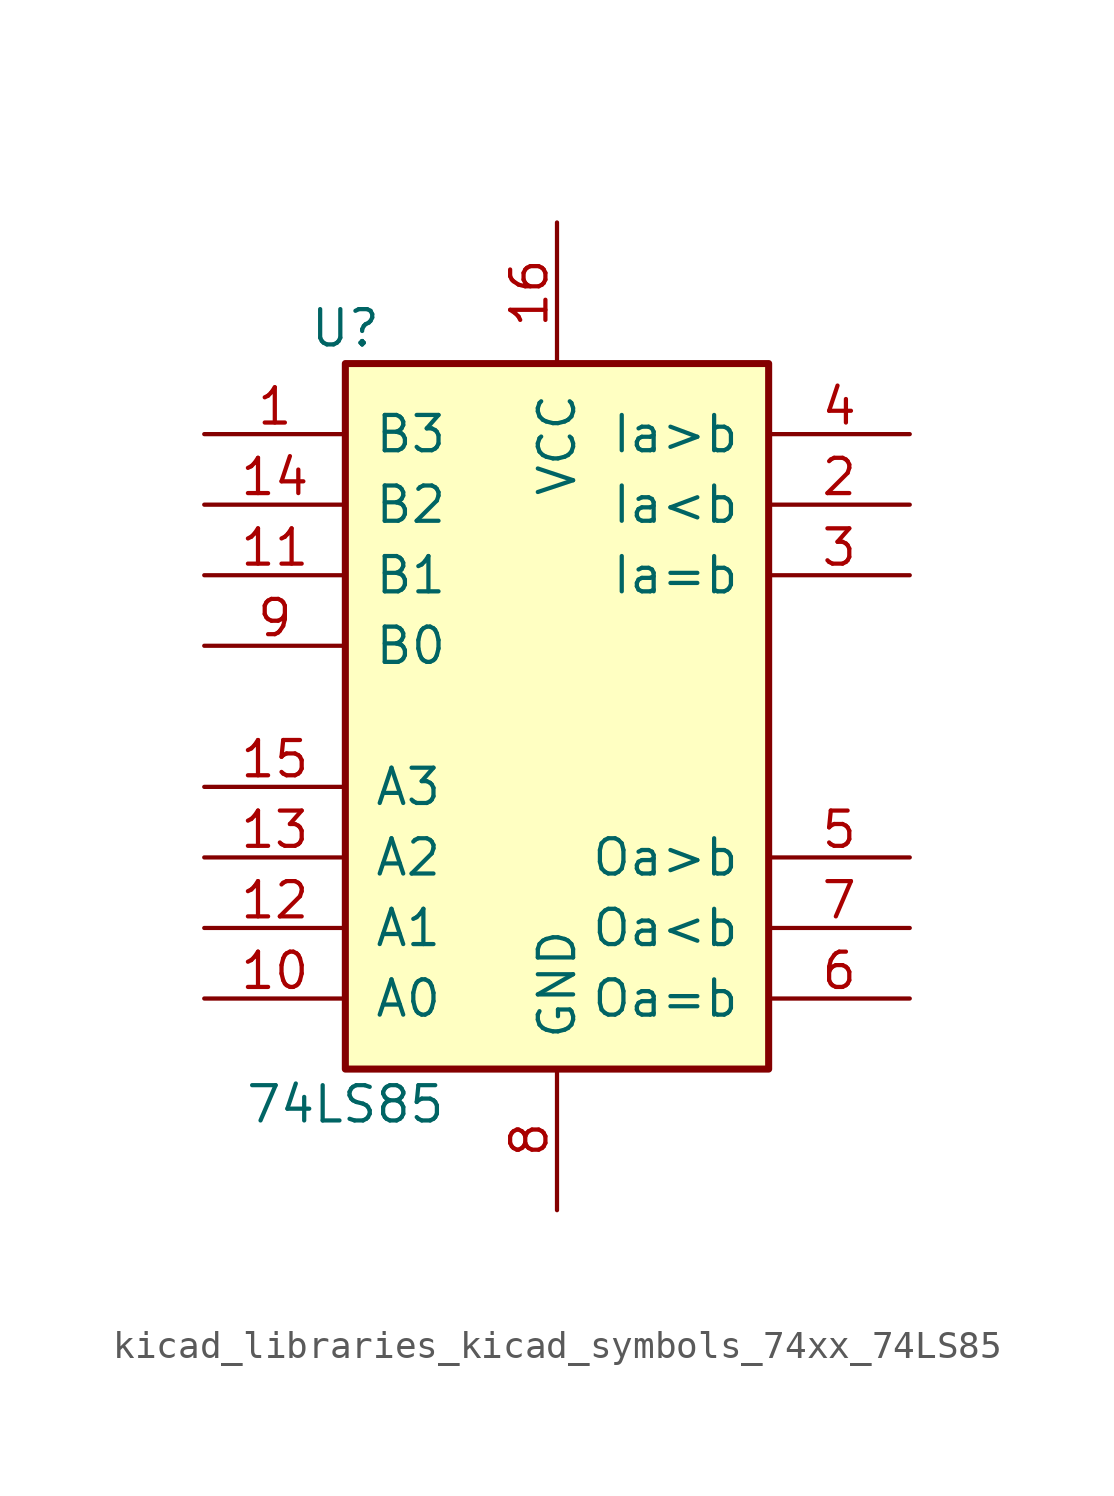
<source format=kicad_sym>
(kicad_symbol_lib
  (version 20220914)
  (generator kicad_symbol_editor)
  (symbol "kicad_libraries_kicad_symbols_74xx_74LS85"
    (pin_names
      (offset 1.016))
    (property "Reference" "U"
      (at -7.62 13.97 0)
      (effects (font (size 1.27 1.27))))
    (property "Value" "74LS85"
      (at -7.62 -13.97 0)
      (effects (font (size 1.27 1.27))))
    (property "ki_locked" ""
      (at 0 0 0)
      (effects (font (size 1.27 1.27))))
    (symbol "kicad_libraries_kicad_symbols_74xx_74LS85_1_0"
      (pin input line (at -12.7 10.16 0) (length 5.08) (name "B3" (effects (font (size 1.27 1.27)))) (number "1" (effects (font (size 1.27 1.27)))))
      (pin input line (at -12.7 -10.16 0) (length 5.08) (name "A0" (effects (font (size 1.27 1.27)))) (number "10" (effects (font (size 1.27 1.27)))))
      (pin input line (at -12.7 5.08 0) (length 5.08) (name "B1" (effects (font (size 1.27 1.27)))) (number "11" (effects (font (size 1.27 1.27)))))
      (pin input line (at -12.7 -7.62 0) (length 5.08) (name "A1" (effects (font (size 1.27 1.27)))) (number "12" (effects (font (size 1.27 1.27)))))
      (pin input line (at -12.7 -5.08 0) (length 5.08) (name "A2" (effects (font (size 1.27 1.27)))) (number "13" (effects (font (size 1.27 1.27)))))
      (pin input line (at -12.7 7.62 0) (length 5.08) (name "B2" (effects (font (size 1.27 1.27)))) (number "14" (effects (font (size 1.27 1.27)))))
      (pin input line (at -12.7 -2.54 0) (length 5.08) (name "A3" (effects (font (size 1.27 1.27)))) (number "15" (effects (font (size 1.27 1.27)))))
      (pin power_in line (at 0 17.78 270) (length 5.08) (name "VCC" (effects (font (size 1.27 1.27)))) (number "16" (effects (font (size 1.27 1.27)))))
      (pin input line (at 12.7 7.62 180) (length 5.08) (name "Ia<b" (effects (font (size 1.27 1.27)))) (number "2" (effects (font (size 1.27 1.27)))))
      (pin input line (at 12.7 5.08 180) (length 5.08) (name "Ia=b" (effects (font (size 1.27 1.27)))) (number "3" (effects (font (size 1.27 1.27)))))
      (pin input line (at 12.7 10.16 180) (length 5.08) (name "Ia>b" (effects (font (size 1.27 1.27)))) (number "4" (effects (font (size 1.27 1.27)))))
      (pin output line (at 12.7 -5.08 180) (length 5.08) (name "Oa>b" (effects (font (size 1.27 1.27)))) (number "5" (effects (font (size 1.27 1.27)))))
      (pin output line (at 12.7 -10.16 180) (length 5.08) (name "Oa=b" (effects (font (size 1.27 1.27)))) (number "6" (effects (font (size 1.27 1.27)))))
      (pin output line (at 12.7 -7.62 180) (length 5.08) (name "Oa<b" (effects (font (size 1.27 1.27)))) (number "7" (effects (font (size 1.27 1.27)))))
      (pin power_in line (at 0 -17.78 90) (length 5.08) (name "GND" (effects (font (size 1.27 1.27)))) (number "8" (effects (font (size 1.27 1.27)))))
      (pin input line (at -12.7 2.54 0) (length 5.08) (name "B0" (effects (font (size 1.27 1.27)))) (number "9" (effects (font (size 1.27 1.27))))))
    (symbol "kicad_libraries_kicad_symbols_74xx_74LS85_1_1"
      (rectangle (start -7.62 12.7) (end 7.62 -12.7) (stroke (width 0.254) (type default)) (fill (type background))))))
</source>
